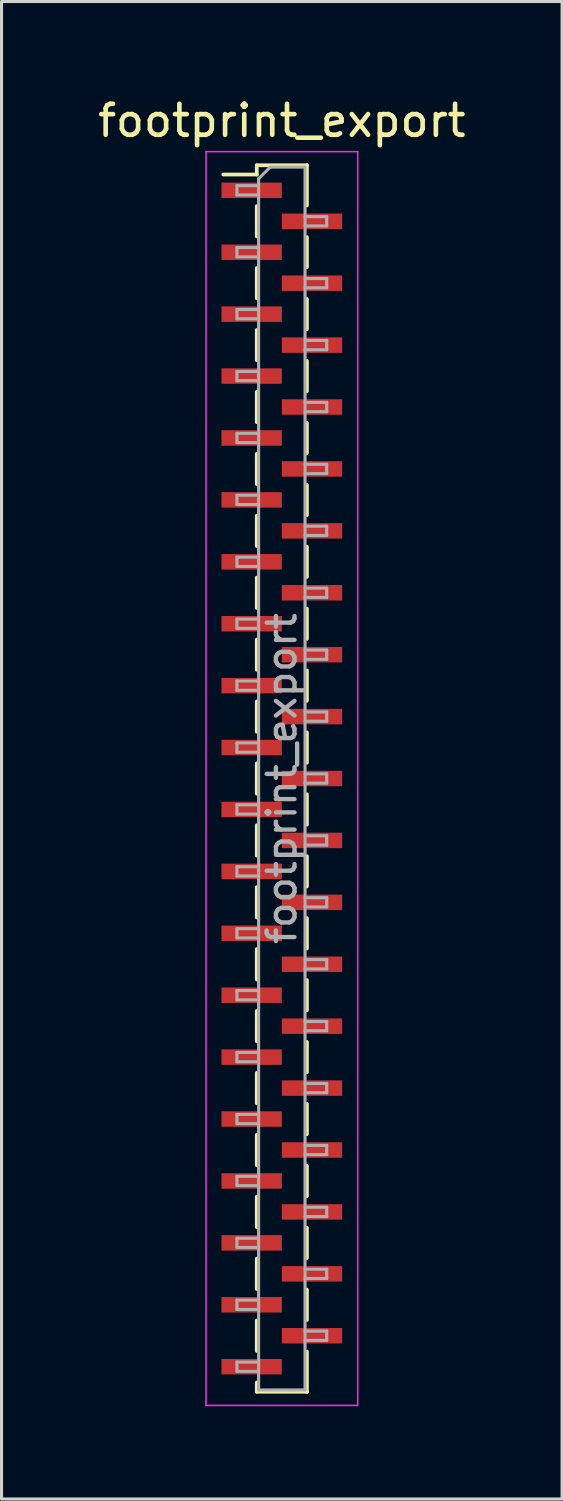
<source format=kicad_pcb>
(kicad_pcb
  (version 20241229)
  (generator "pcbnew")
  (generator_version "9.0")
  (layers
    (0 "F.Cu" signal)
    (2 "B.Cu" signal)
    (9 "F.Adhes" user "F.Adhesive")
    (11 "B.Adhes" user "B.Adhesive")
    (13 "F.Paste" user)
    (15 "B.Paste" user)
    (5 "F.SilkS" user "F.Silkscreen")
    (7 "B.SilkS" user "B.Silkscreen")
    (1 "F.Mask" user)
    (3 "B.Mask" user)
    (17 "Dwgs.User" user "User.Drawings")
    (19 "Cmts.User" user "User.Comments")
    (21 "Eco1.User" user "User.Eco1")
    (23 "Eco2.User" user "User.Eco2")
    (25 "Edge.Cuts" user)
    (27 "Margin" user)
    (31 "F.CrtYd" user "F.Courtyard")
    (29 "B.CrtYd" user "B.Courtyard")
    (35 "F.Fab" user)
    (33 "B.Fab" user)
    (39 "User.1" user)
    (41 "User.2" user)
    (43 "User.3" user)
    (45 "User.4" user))
  (footprint "footprint_export"
    (layer "F.Cu")
    (at 6.054 22.098)
    (property "Reference" "footprint_export" (at 0 -21.25 0) (layer "F.SilkS") (effects (font (size 1 1) (thickness 0.15))))
    (attr smd)
    (fp_line (start -1.89 -19.51) (end -0.81 -19.51) (stroke (width 0.12) (type solid)) (layer "F.SilkS"))
    (fp_line (start -0.81 -19.81) (end -0.81 -19.51) (stroke (width 0.12) (type solid)) (layer "F.SilkS"))
    (fp_line (start -0.81 -19.81) (end 0.81 -19.81) (stroke (width 0.12) (type solid)) (layer "F.SilkS"))
    (fp_line (start -0.81 -18.49) (end -0.81 -17.51) (stroke (width 0.12) (type solid)) (layer "F.SilkS"))
    (fp_line (start -0.81 -16.49) (end -0.81 -15.51) (stroke (width 0.12) (type solid)) (layer "F.SilkS"))
    (fp_line (start -0.81 -14.49) (end -0.81 -13.51) (stroke (width 0.12) (type solid)) (layer "F.SilkS"))
    (fp_line (start -0.81 -12.49) (end -0.81 -11.51) (stroke (width 0.12) (type solid)) (layer "F.SilkS"))
    (fp_line (start -0.81 -10.49) (end -0.81 -9.51) (stroke (width 0.12) (type solid)) (layer "F.SilkS"))
    (fp_line (start -0.81 -8.49) (end -0.81 -7.51) (stroke (width 0.12) (type solid)) (layer "F.SilkS"))
    (fp_line (start -0.81 -6.49) (end -0.81 -5.51) (stroke (width 0.12) (type solid)) (layer "F.SilkS"))
    (fp_line (start -0.81 -4.49) (end -0.81 -3.51) (stroke (width 0.12) (type solid)) (layer "F.SilkS"))
    (fp_line (start -0.81 -2.49) (end -0.81 -1.51) (stroke (width 0.12) (type solid)) (layer "F.SilkS"))
    (fp_line (start -0.81 -0.49) (end -0.81 0.49) (stroke (width 0.12) (type solid)) (layer "F.SilkS"))
    (fp_line (start -0.81 1.51) (end -0.81 2.49) (stroke (width 0.12) (type solid)) (layer "F.SilkS"))
    (fp_line (start -0.81 3.51) (end -0.81 4.49) (stroke (width 0.12) (type solid)) (layer "F.SilkS"))
    (fp_line (start -0.81 5.51) (end -0.81 6.49) (stroke (width 0.12) (type solid)) (layer "F.SilkS"))
    (fp_line (start -0.81 7.51) (end -0.81 8.49) (stroke (width 0.12) (type solid)) (layer "F.SilkS"))
    (fp_line (start -0.81 9.51) (end -0.81 10.49) (stroke (width 0.12) (type solid)) (layer "F.SilkS"))
    (fp_line (start -0.81 11.51) (end -0.81 12.49) (stroke (width 0.12) (type solid)) (layer "F.SilkS"))
    (fp_line (start -0.81 13.51) (end -0.81 14.49) (stroke (width 0.12) (type solid)) (layer "F.SilkS"))
    (fp_line (start -0.81 15.51) (end -0.81 16.49) (stroke (width 0.12) (type solid)) (layer "F.SilkS"))
    (fp_line (start -0.81 17.51) (end -0.81 18.49) (stroke (width 0.12) (type solid)) (layer "F.SilkS"))
    (fp_line (start -0.81 19.51) (end -0.81 19.81) (stroke (width 0.12) (type solid)) (layer "F.SilkS"))
    (fp_line (start -0.81 19.81) (end 0.81 19.81) (stroke (width 0.12) (type solid)) (layer "F.SilkS"))
    (fp_line (start 0.81 -19.81) (end 0.81 -18.51) (stroke (width 0.12) (type solid)) (layer "F.SilkS"))
    (fp_line (start 0.81 -17.49) (end 0.81 -16.51) (stroke (width 0.12) (type solid)) (layer "F.SilkS"))
    (fp_line (start 0.81 -15.49) (end 0.81 -14.51) (stroke (width 0.12) (type solid)) (layer "F.SilkS"))
    (fp_line (start 0.81 -13.49) (end 0.81 -12.51) (stroke (width 0.12) (type solid)) (layer "F.SilkS"))
    (fp_line (start 0.81 -11.49) (end 0.81 -10.51) (stroke (width 0.12) (type solid)) (layer "F.SilkS"))
    (fp_line (start 0.81 -9.49) (end 0.81 -8.51) (stroke (width 0.12) (type solid)) (layer "F.SilkS"))
    (fp_line (start 0.81 -7.49) (end 0.81 -6.51) (stroke (width 0.12) (type solid)) (layer "F.SilkS"))
    (fp_line (start 0.81 -5.49) (end 0.81 -4.51) (stroke (width 0.12) (type solid)) (layer "F.SilkS"))
    (fp_line (start 0.81 -3.49) (end 0.81 -2.51) (stroke (width 0.12) (type solid)) (layer "F.SilkS"))
    (fp_line (start 0.81 -1.49) (end 0.81 -0.51) (stroke (width 0.12) (type solid)) (layer "F.SilkS"))
    (fp_line (start 0.81 0.51) (end 0.81 1.49) (stroke (width 0.12) (type solid)) (layer "F.SilkS"))
    (fp_line (start 0.81 2.51) (end 0.81 3.49) (stroke (width 0.12) (type solid)) (layer "F.SilkS"))
    (fp_line (start 0.81 4.51) (end 0.81 5.49) (stroke (width 0.12) (type solid)) (layer "F.SilkS"))
    (fp_line (start 0.81 6.51) (end 0.81 7.49) (stroke (width 0.12) (type solid)) (layer "F.SilkS"))
    (fp_line (start 0.81 8.51) (end 0.81 9.49) (stroke (width 0.12) (type solid)) (layer "F.SilkS"))
    (fp_line (start 0.81 10.51) (end 0.81 11.49) (stroke (width 0.12) (type solid)) (layer "F.SilkS"))
    (fp_line (start 0.81 12.51) (end 0.81 13.49) (stroke (width 0.12) (type solid)) (layer "F.SilkS"))
    (fp_line (start 0.81 14.51) (end 0.81 15.49) (stroke (width 0.12) (type solid)) (layer "F.SilkS"))
    (fp_line (start 0.81 16.51) (end 0.81 17.49) (stroke (width 0.12) (type solid)) (layer "F.SilkS"))
    (fp_line (start 0.81 18.51) (end 0.81 19.81) (stroke (width 0.12) (type solid)) (layer "F.SilkS"))
    (fp_line (start -2.45 -20.25) (end 2.45 -20.25) (stroke (width 0.05) (type solid)) (layer "F.CrtYd"))
    (fp_line (start -2.45 20.25) (end -2.45 -20.25) (stroke (width 0.05) (type solid)) (layer "F.CrtYd"))
    (fp_line (start 2.45 -20.25) (end 2.45 20.25) (stroke (width 0.05) (type solid)) (layer "F.CrtYd"))
    (fp_line (start 2.45 20.25) (end -2.45 20.25) (stroke (width 0.05) (type solid)) (layer "F.CrtYd"))
    (fp_line (start -1.45 -19.15) (end -0.75 -19.15) (stroke (width 0.1) (type solid)) (layer "F.Fab"))
    (fp_line (start -1.45 -18.85) (end -1.45 -19.15) (stroke (width 0.1) (type solid)) (layer "F.Fab"))
    (fp_line (start -1.45 -17.15) (end -0.75 -17.15) (stroke (width 0.1) (type solid)) (layer "F.Fab"))
    (fp_line (start -1.45 -16.85) (end -1.45 -17.15) (stroke (width 0.1) (type solid)) (layer "F.Fab"))
    (fp_line (start -1.45 -15.15) (end -0.75 -15.15) (stroke (width 0.1) (type solid)) (layer "F.Fab"))
    (fp_line (start -1.45 -14.85) (end -1.45 -15.15) (stroke (width 0.1) (type solid)) (layer "F.Fab"))
    (fp_line (start -1.45 -13.15) (end -0.75 -13.15) (stroke (width 0.1) (type solid)) (layer "F.Fab"))
    (fp_line (start -1.45 -12.85) (end -1.45 -13.15) (stroke (width 0.1) (type solid)) (layer "F.Fab"))
    (fp_line (start -1.45 -11.15) (end -0.75 -11.15) (stroke (width 0.1) (type solid)) (layer "F.Fab"))
    (fp_line (start -1.45 -10.85) (end -1.45 -11.15) (stroke (width 0.1) (type solid)) (layer "F.Fab"))
    (fp_line (start -1.45 -9.15) (end -0.75 -9.15) (stroke (width 0.1) (type solid)) (layer "F.Fab"))
    (fp_line (start -1.45 -8.85) (end -1.45 -9.15) (stroke (width 0.1) (type solid)) (layer "F.Fab"))
    (fp_line (start -1.45 -7.15) (end -0.75 -7.15) (stroke (width 0.1) (type solid)) (layer "F.Fab"))
    (fp_line (start -1.45 -6.85) (end -1.45 -7.15) (stroke (width 0.1) (type solid)) (layer "F.Fab"))
    (fp_line (start -1.45 -5.15) (end -0.75 -5.15) (stroke (width 0.1) (type solid)) (layer "F.Fab"))
    (fp_line (start -1.45 -4.85) (end -1.45 -5.15) (stroke (width 0.1) (type solid)) (layer "F.Fab"))
    (fp_line (start -1.45 -3.15) (end -0.75 -3.15) (stroke (width 0.1) (type solid)) (layer "F.Fab"))
    (fp_line (start -1.45 -2.85) (end -1.45 -3.15) (stroke (width 0.1) (type solid)) (layer "F.Fab"))
    (fp_line (start -1.45 -1.15) (end -0.75 -1.15) (stroke (width 0.1) (type solid)) (layer "F.Fab"))
    (fp_line (start -1.45 -0.85) (end -1.45 -1.15) (stroke (width 0.1) (type solid)) (layer "F.Fab"))
    (fp_line (start -1.45 0.85) (end -0.75 0.85) (stroke (width 0.1) (type solid)) (layer "F.Fab"))
    (fp_line (start -1.45 1.15) (end -1.45 0.85) (stroke (width 0.1) (type solid)) (layer "F.Fab"))
    (fp_line (start -1.45 2.85) (end -0.75 2.85) (stroke (width 0.1) (type solid)) (layer "F.Fab"))
    (fp_line (start -1.45 3.15) (end -1.45 2.85) (stroke (width 0.1) (type solid)) (layer "F.Fab"))
    (fp_line (start -1.45 4.85) (end -0.75 4.85) (stroke (width 0.1) (type solid)) (layer "F.Fab"))
    (fp_line (start -1.45 5.15) (end -1.45 4.85) (stroke (width 0.1) (type solid)) (layer "F.Fab"))
    (fp_line (start -1.45 6.85) (end -0.75 6.85) (stroke (width 0.1) (type solid)) (layer "F.Fab"))
    (fp_line (start -1.45 7.15) (end -1.45 6.85) (stroke (width 0.1) (type solid)) (layer "F.Fab"))
    (fp_line (start -1.45 8.85) (end -0.75 8.85) (stroke (width 0.1) (type solid)) (layer "F.Fab"))
    (fp_line (start -1.45 9.15) (end -1.45 8.85) (stroke (width 0.1) (type solid)) (layer "F.Fab"))
    (fp_line (start -1.45 10.85) (end -0.75 10.85) (stroke (width 0.1) (type solid)) (layer "F.Fab"))
    (fp_line (start -1.45 11.15) (end -1.45 10.85) (stroke (width 0.1) (type solid)) (layer "F.Fab"))
    (fp_line (start -1.45 12.85) (end -0.75 12.85) (stroke (width 0.1) (type solid)) (layer "F.Fab"))
    (fp_line (start -1.45 13.15) (end -1.45 12.85) (stroke (width 0.1) (type solid)) (layer "F.Fab"))
    (fp_line (start -1.45 14.85) (end -0.75 14.85) (stroke (width 0.1) (type solid)) (layer "F.Fab"))
    (fp_line (start -1.45 15.15) (end -1.45 14.85) (stroke (width 0.1) (type solid)) (layer "F.Fab"))
    (fp_line (start -1.45 16.85) (end -0.75 16.85) (stroke (width 0.1) (type solid)) (layer "F.Fab"))
    (fp_line (start -1.45 17.15) (end -1.45 16.85) (stroke (width 0.1) (type solid)) (layer "F.Fab"))
    (fp_line (start -1.45 18.85) (end -0.75 18.85) (stroke (width 0.1) (type solid)) (layer "F.Fab"))
    (fp_line (start -1.45 19.15) (end -1.45 18.85) (stroke (width 0.1) (type solid)) (layer "F.Fab"))
    (fp_line (start -0.75 -19.375) (end -0.375 -19.75) (stroke (width 0.1) (type solid)) (layer "F.Fab"))
    (fp_line (start -0.75 -18.85) (end -1.45 -18.85) (stroke (width 0.1) (type solid)) (layer "F.Fab"))
    (fp_line (start -0.75 -16.85) (end -1.45 -16.85) (stroke (width 0.1) (type solid)) (layer "F.Fab"))
    (fp_line (start -0.75 -14.85) (end -1.45 -14.85) (stroke (width 0.1) (type solid)) (layer "F.Fab"))
    (fp_line (start -0.75 -12.85) (end -1.45 -12.85) (stroke (width 0.1) (type solid)) (layer "F.Fab"))
    (fp_line (start -0.75 -10.85) (end -1.45 -10.85) (stroke (width 0.1) (type solid)) (layer "F.Fab"))
    (fp_line (start -0.75 -8.85) (end -1.45 -8.85) (stroke (width 0.1) (type solid)) (layer "F.Fab"))
    (fp_line (start -0.75 -6.85) (end -1.45 -6.85) (stroke (width 0.1) (type solid)) (layer "F.Fab"))
    (fp_line (start -0.75 -4.85) (end -1.45 -4.85) (stroke (width 0.1) (type solid)) (layer "F.Fab"))
    (fp_line (start -0.75 -2.85) (end -1.45 -2.85) (stroke (width 0.1) (type solid)) (layer "F.Fab"))
    (fp_line (start -0.75 -0.85) (end -1.45 -0.85) (stroke (width 0.1) (type solid)) (layer "F.Fab"))
    (fp_line (start -0.75 1.15) (end -1.45 1.15) (stroke (width 0.1) (type solid)) (layer "F.Fab"))
    (fp_line (start -0.75 3.15) (end -1.45 3.15) (stroke (width 0.1) (type solid)) (layer "F.Fab"))
    (fp_line (start -0.75 5.15) (end -1.45 5.15) (stroke (width 0.1) (type solid)) (layer "F.Fab"))
    (fp_line (start -0.75 7.15) (end -1.45 7.15) (stroke (width 0.1) (type solid)) (layer "F.Fab"))
    (fp_line (start -0.75 9.15) (end -1.45 9.15) (stroke (width 0.1) (type solid)) (layer "F.Fab"))
    (fp_line (start -0.75 11.15) (end -1.45 11.15) (stroke (width 0.1) (type solid)) (layer "F.Fab"))
    (fp_line (start -0.75 13.15) (end -1.45 13.15) (stroke (width 0.1) (type solid)) (layer "F.Fab"))
    (fp_line (start -0.75 15.15) (end -1.45 15.15) (stroke (width 0.1) (type solid)) (layer "F.Fab"))
    (fp_line (start -0.75 17.15) (end -1.45 17.15) (stroke (width 0.1) (type solid)) (layer "F.Fab"))
    (fp_line (start -0.75 19.15) (end -1.45 19.15) (stroke (width 0.1) (type solid)) (layer "F.Fab"))
    (fp_line (start -0.75 19.75) (end -0.75 -19.375) (stroke (width 0.1) (type solid)) (layer "F.Fab"))
    (fp_line (start -0.375 -19.75) (end 0.75 -19.75) (stroke (width 0.1) (type solid)) (layer "F.Fab"))
    (fp_line (start 0.75 -19.75) (end 0.75 19.75) (stroke (width 0.1) (type solid)) (layer "F.Fab"))
    (fp_line (start 0.75 -18.15) (end 1.45 -18.15) (stroke (width 0.1) (type solid)) (layer "F.Fab"))
    (fp_line (start 0.75 -16.15) (end 1.45 -16.15) (stroke (width 0.1) (type solid)) (layer "F.Fab"))
    (fp_line (start 0.75 -14.15) (end 1.45 -14.15) (stroke (width 0.1) (type solid)) (layer "F.Fab"))
    (fp_line (start 0.75 -12.15) (end 1.45 -12.15) (stroke (width 0.1) (type solid)) (layer "F.Fab"))
    (fp_line (start 0.75 -10.15) (end 1.45 -10.15) (stroke (width 0.1) (type solid)) (layer "F.Fab"))
    (fp_line (start 0.75 -8.15) (end 1.45 -8.15) (stroke (width 0.1) (type solid)) (layer "F.Fab"))
    (fp_line (start 0.75 -6.15) (end 1.45 -6.15) (stroke (width 0.1) (type solid)) (layer "F.Fab"))
    (fp_line (start 0.75 -4.15) (end 1.45 -4.15) (stroke (width 0.1) (type solid)) (layer "F.Fab"))
    (fp_line (start 0.75 -2.15) (end 1.45 -2.15) (stroke (width 0.1) (type solid)) (layer "F.Fab"))
    (fp_line (start 0.75 -0.15) (end 1.45 -0.15) (stroke (width 0.1) (type solid)) (layer "F.Fab"))
    (fp_line (start 0.75 1.85) (end 1.45 1.85) (stroke (width 0.1) (type solid)) (layer "F.Fab"))
    (fp_line (start 0.75 3.85) (end 1.45 3.85) (stroke (width 0.1) (type solid)) (layer "F.Fab"))
    (fp_line (start 0.75 5.85) (end 1.45 5.85) (stroke (width 0.1) (type solid)) (layer "F.Fab"))
    (fp_line (start 0.75 7.85) (end 1.45 7.85) (stroke (width 0.1) (type solid)) (layer "F.Fab"))
    (fp_line (start 0.75 9.85) (end 1.45 9.85) (stroke (width 0.1) (type solid)) (layer "F.Fab"))
    (fp_line (start 0.75 11.85) (end 1.45 11.85) (stroke (width 0.1) (type solid)) (layer "F.Fab"))
    (fp_line (start 0.75 13.85) (end 1.45 13.85) (stroke (width 0.1) (type solid)) (layer "F.Fab"))
    (fp_line (start 0.75 15.85) (end 1.45 15.85) (stroke (width 0.1) (type solid)) (layer "F.Fab"))
    (fp_line (start 0.75 17.85) (end 1.45 17.85) (stroke (width 0.1) (type solid)) (layer "F.Fab"))
    (fp_line (start 0.75 19.75) (end -0.75 19.75) (stroke (width 0.1) (type solid)) (layer "F.Fab"))
    (fp_line (start 1.45 -18.15) (end 1.45 -17.85) (stroke (width 0.1) (type solid)) (layer "F.Fab"))
    (fp_line (start 1.45 -17.85) (end 0.75 -17.85) (stroke (width 0.1) (type solid)) (layer "F.Fab"))
    (fp_line (start 1.45 -16.15) (end 1.45 -15.85) (stroke (width 0.1) (type solid)) (layer "F.Fab"))
    (fp_line (start 1.45 -15.85) (end 0.75 -15.85) (stroke (width 0.1) (type solid)) (layer "F.Fab"))
    (fp_line (start 1.45 -14.15) (end 1.45 -13.85) (stroke (width 0.1) (type solid)) (layer "F.Fab"))
    (fp_line (start 1.45 -13.85) (end 0.75 -13.85) (stroke (width 0.1) (type solid)) (layer "F.Fab"))
    (fp_line (start 1.45 -12.15) (end 1.45 -11.85) (stroke (width 0.1) (type solid)) (layer "F.Fab"))
    (fp_line (start 1.45 -11.85) (end 0.75 -11.85) (stroke (width 0.1) (type solid)) (layer "F.Fab"))
    (fp_line (start 1.45 -10.15) (end 1.45 -9.85) (stroke (width 0.1) (type solid)) (layer "F.Fab"))
    (fp_line (start 1.45 -9.85) (end 0.75 -9.85) (stroke (width 0.1) (type solid)) (layer "F.Fab"))
    (fp_line (start 1.45 -8.15) (end 1.45 -7.85) (stroke (width 0.1) (type solid)) (layer "F.Fab"))
    (fp_line (start 1.45 -7.85) (end 0.75 -7.85) (stroke (width 0.1) (type solid)) (layer "F.Fab"))
    (fp_line (start 1.45 -6.15) (end 1.45 -5.85) (stroke (width 0.1) (type solid)) (layer "F.Fab"))
    (fp_line (start 1.45 -5.85) (end 0.75 -5.85) (stroke (width 0.1) (type solid)) (layer "F.Fab"))
    (fp_line (start 1.45 -4.15) (end 1.45 -3.85) (stroke (width 0.1) (type solid)) (layer "F.Fab"))
    (fp_line (start 1.45 -3.85) (end 0.75 -3.85) (stroke (width 0.1) (type solid)) (layer "F.Fab"))
    (fp_line (start 1.45 -2.15) (end 1.45 -1.85) (stroke (width 0.1) (type solid)) (layer "F.Fab"))
    (fp_line (start 1.45 -1.85) (end 0.75 -1.85) (stroke (width 0.1) (type solid)) (layer "F.Fab"))
    (fp_line (start 1.45 -0.15) (end 1.45 0.15) (stroke (width 0.1) (type solid)) (layer "F.Fab"))
    (fp_line (start 1.45 0.15) (end 0.75 0.15) (stroke (width 0.1) (type solid)) (layer "F.Fab"))
    (fp_line (start 1.45 1.85) (end 1.45 2.15) (stroke (width 0.1) (type solid)) (layer "F.Fab"))
    (fp_line (start 1.45 2.15) (end 0.75 2.15) (stroke (width 0.1) (type solid)) (layer "F.Fab"))
    (fp_line (start 1.45 3.85) (end 1.45 4.15) (stroke (width 0.1) (type solid)) (layer "F.Fab"))
    (fp_line (start 1.45 4.15) (end 0.75 4.15) (stroke (width 0.1) (type solid)) (layer "F.Fab"))
    (fp_line (start 1.45 5.85) (end 1.45 6.15) (stroke (width 0.1) (type solid)) (layer "F.Fab"))
    (fp_line (start 1.45 6.15) (end 0.75 6.15) (stroke (width 0.1) (type solid)) (layer "F.Fab"))
    (fp_line (start 1.45 7.85) (end 1.45 8.15) (stroke (width 0.1) (type solid)) (layer "F.Fab"))
    (fp_line (start 1.45 8.15) (end 0.75 8.15) (stroke (width 0.1) (type solid)) (layer "F.Fab"))
    (fp_line (start 1.45 9.85) (end 1.45 10.15) (stroke (width 0.1) (type solid)) (layer "F.Fab"))
    (fp_line (start 1.45 10.15) (end 0.75 10.15) (stroke (width 0.1) (type solid)) (layer "F.Fab"))
    (fp_line (start 1.45 11.85) (end 1.45 12.15) (stroke (width 0.1) (type solid)) (layer "F.Fab"))
    (fp_line (start 1.45 12.15) (end 0.75 12.15) (stroke (width 0.1) (type solid)) (layer "F.Fab"))
    (fp_line (start 1.45 13.85) (end 1.45 14.15) (stroke (width 0.1) (type solid)) (layer "F.Fab"))
    (fp_line (start 1.45 14.15) (end 0.75 14.15) (stroke (width 0.1) (type solid)) (layer "F.Fab"))
    (fp_line (start 1.45 15.85) (end 1.45 16.15) (stroke (width 0.1) (type solid)) (layer "F.Fab"))
    (fp_line (start 1.45 16.15) (end 0.75 16.15) (stroke (width 0.1) (type solid)) (layer "F.Fab"))
    (fp_line (start 1.45 17.85) (end 1.45 18.15) (stroke (width 0.1) (type solid)) (layer "F.Fab"))
    (fp_line (start 1.45 18.15) (end 0.75 18.15) (stroke (width 0.1) (type solid)) (layer "F.Fab"))
    (fp_text user "${REFERENCE}" (at 0 0 90) (layer "F.Fab") (effects (font (size 0.9 0.9) (thickness 0.14))))
    (pad "1" smd rect (at -0.975 -19) (size 1.95 0.5) (layers "F.Cu" "F.Mask" "F.Paste"))
    (pad "2" smd rect (at 0.975 -18) (size 1.95 0.5) (layers "F.Cu" "F.Mask" "F.Paste"))
    (pad "3" smd rect (at -0.975 -17) (size 1.95 0.5) (layers "F.Cu" "F.Mask" "F.Paste"))
    (pad "4" smd rect (at 0.975 -16) (size 1.95 0.5) (layers "F.Cu" "F.Mask" "F.Paste"))
    (pad "5" smd rect (at -0.975 -15) (size 1.95 0.5) (layers "F.Cu" "F.Mask" "F.Paste"))
    (pad "6" smd rect (at 0.975 -14) (size 1.95 0.5) (layers "F.Cu" "F.Mask" "F.Paste"))
    (pad "7" smd rect (at -0.975 -13) (size 1.95 0.5) (layers "F.Cu" "F.Mask" "F.Paste"))
    (pad "8" smd rect (at 0.975 -12) (size 1.95 0.5) (layers "F.Cu" "F.Mask" "F.Paste"))
    (pad "9" smd rect (at -0.975 -11) (size 1.95 0.5) (layers "F.Cu" "F.Mask" "F.Paste"))
    (pad "10" smd rect (at 0.975 -10) (size 1.95 0.5) (layers "F.Cu" "F.Mask" "F.Paste"))
    (pad "11" smd rect (at -0.975 -9) (size 1.95 0.5) (layers "F.Cu" "F.Mask" "F.Paste"))
    (pad "12" smd rect (at 0.975 -8) (size 1.95 0.5) (layers "F.Cu" "F.Mask" "F.Paste"))
    (pad "13" smd rect (at -0.975 -7) (size 1.95 0.5) (layers "F.Cu" "F.Mask" "F.Paste"))
    (pad "14" smd rect (at 0.975 -6) (size 1.95 0.5) (layers "F.Cu" "F.Mask" "F.Paste"))
    (pad "15" smd rect (at -0.975 -5) (size 1.95 0.5) (layers "F.Cu" "F.Mask" "F.Paste"))
    (pad "16" smd rect (at 0.975 -4) (size 1.95 0.5) (layers "F.Cu" "F.Mask" "F.Paste"))
    (pad "17" smd rect (at -0.975 -3) (size 1.95 0.5) (layers "F.Cu" "F.Mask" "F.Paste"))
    (pad "18" smd rect (at 0.975 -2) (size 1.95 0.5) (layers "F.Cu" "F.Mask" "F.Paste"))
    (pad "19" smd rect (at -0.975 -1) (size 1.95 0.5) (layers "F.Cu" "F.Mask" "F.Paste"))
    (pad "20" smd rect (at 0.975 0) (size 1.95 0.5) (layers "F.Cu" "F.Mask" "F.Paste"))
    (pad "21" smd rect (at -0.975 1) (size 1.95 0.5) (layers "F.Cu" "F.Mask" "F.Paste"))
    (pad "22" smd rect (at 0.975 2) (size 1.95 0.5) (layers "F.Cu" "F.Mask" "F.Paste"))
    (pad "23" smd rect (at -0.975 3) (size 1.95 0.5) (layers "F.Cu" "F.Mask" "F.Paste"))
    (pad "24" smd rect (at 0.975 4) (size 1.95 0.5) (layers "F.Cu" "F.Mask" "F.Paste"))
    (pad "25" smd rect (at -0.975 5) (size 1.95 0.5) (layers "F.Cu" "F.Mask" "F.Paste"))
    (pad "26" smd rect (at 0.975 6) (size 1.95 0.5) (layers "F.Cu" "F.Mask" "F.Paste"))
    (pad "27" smd rect (at -0.975 7) (size 1.95 0.5) (layers "F.Cu" "F.Mask" "F.Paste"))
    (pad "28" smd rect (at 0.975 8) (size 1.95 0.5) (layers "F.Cu" "F.Mask" "F.Paste"))
    (pad "29" smd rect (at -0.975 9) (size 1.95 0.5) (layers "F.Cu" "F.Mask" "F.Paste"))
    (pad "30" smd rect (at 0.975 10) (size 1.95 0.5) (layers "F.Cu" "F.Mask" "F.Paste"))
    (pad "31" smd rect (at -0.975 11) (size 1.95 0.5) (layers "F.Cu" "F.Mask" "F.Paste"))
    (pad "32" smd rect (at 0.975 12) (size 1.95 0.5) (layers "F.Cu" "F.Mask" "F.Paste"))
    (pad "33" smd rect (at -0.975 13) (size 1.95 0.5) (layers "F.Cu" "F.Mask" "F.Paste"))
    (pad "34" smd rect (at 0.975 14) (size 1.95 0.5) (layers "F.Cu" "F.Mask" "F.Paste"))
    (pad "35" smd rect (at -0.975 15) (size 1.95 0.5) (layers "F.Cu" "F.Mask" "F.Paste"))
    (pad "36" smd rect (at 0.975 16) (size 1.95 0.5) (layers "F.Cu" "F.Mask" "F.Paste"))
    (pad "37" smd rect (at -0.975 17) (size 1.95 0.5) (layers "F.Cu" "F.Mask" "F.Paste"))
    (pad "38" smd rect (at 0.975 18) (size 1.95 0.5) (layers "F.Cu" "F.Mask" "F.Paste"))
    (pad "39" smd rect (at -0.975 19) (size 1.95 0.5) (layers "F.Cu" "F.Mask" "F.Paste")))
  (gr_rect
    (start -3 -3)
    (end 15.107 45.373)
    (stroke (width 0.1) (type default))
    (fill no)
    (layer "Edge.Cuts")))
</source>
